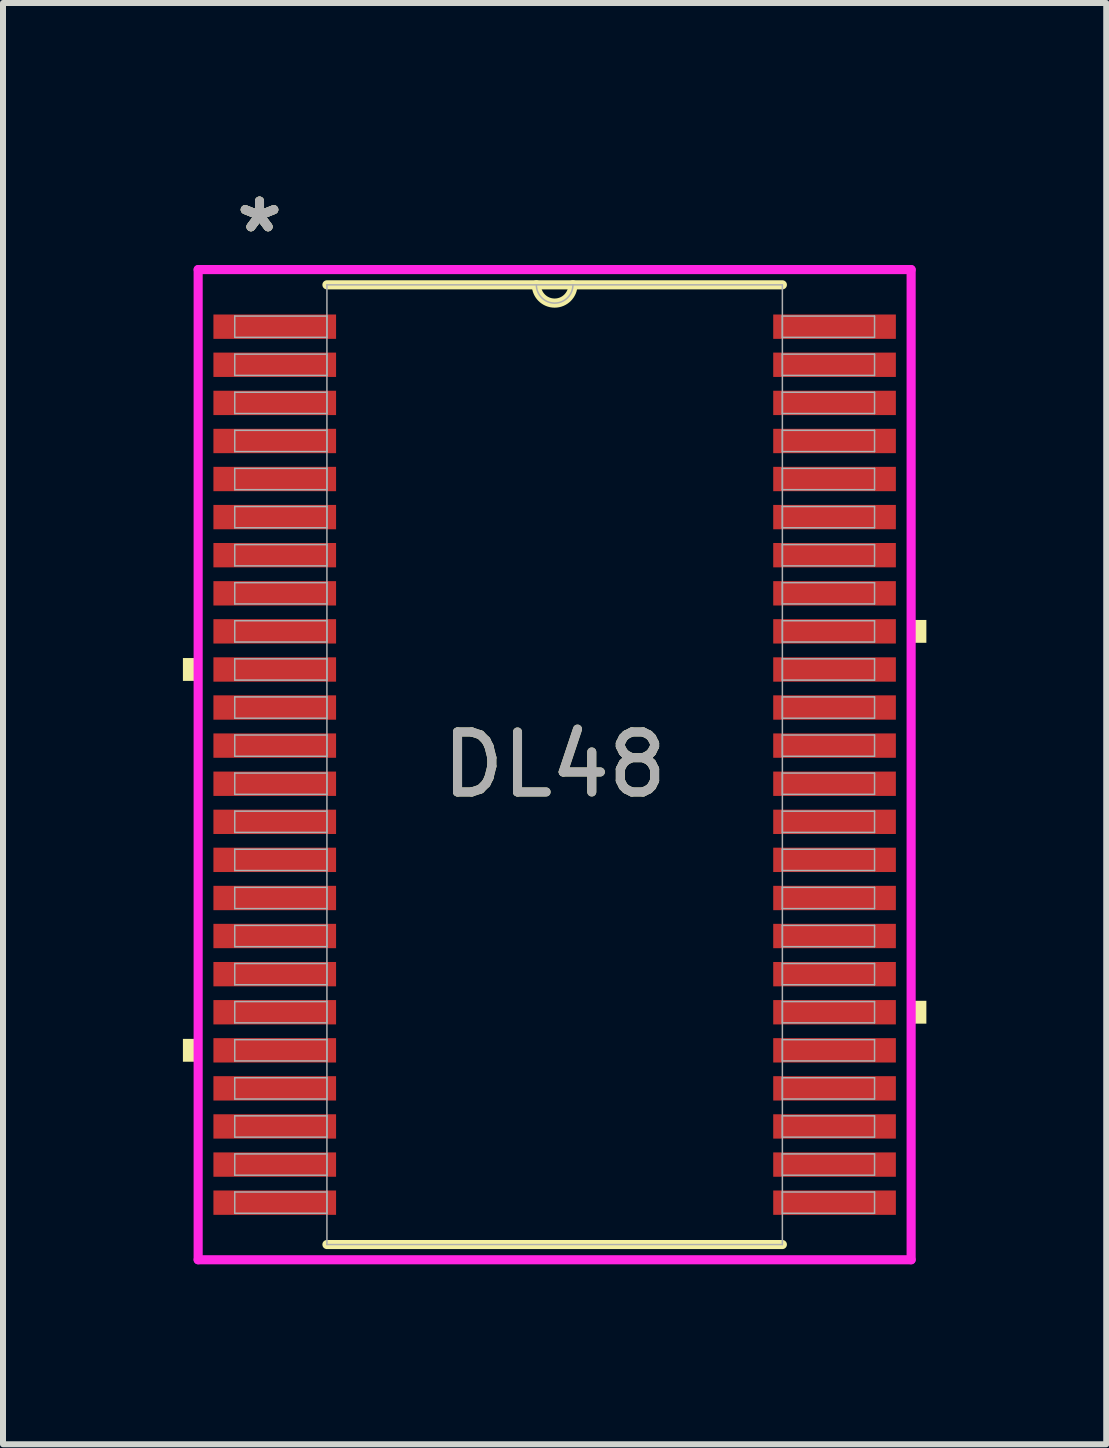
<source format=kicad_pcb>
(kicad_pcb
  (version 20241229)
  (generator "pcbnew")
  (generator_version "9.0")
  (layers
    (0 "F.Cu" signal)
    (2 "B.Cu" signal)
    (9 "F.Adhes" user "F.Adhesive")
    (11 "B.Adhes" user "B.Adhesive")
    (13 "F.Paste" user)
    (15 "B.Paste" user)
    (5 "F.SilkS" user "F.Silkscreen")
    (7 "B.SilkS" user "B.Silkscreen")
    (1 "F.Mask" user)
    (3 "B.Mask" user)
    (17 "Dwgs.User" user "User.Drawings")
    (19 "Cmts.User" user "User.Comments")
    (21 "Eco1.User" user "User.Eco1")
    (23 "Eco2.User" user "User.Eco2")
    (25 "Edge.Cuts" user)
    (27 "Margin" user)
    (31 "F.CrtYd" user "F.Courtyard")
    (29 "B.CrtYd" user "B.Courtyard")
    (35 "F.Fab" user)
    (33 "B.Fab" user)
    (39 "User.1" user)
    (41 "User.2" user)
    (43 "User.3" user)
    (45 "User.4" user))
  (footprint "DL48"
    (layer "F.Cu")
    (at 6.198 9.7)
    (property "Reference" "DL48" (at 0 0 0) (unlocked yes) (layer "F.SilkS") (effects (font (size 1 1) (thickness 0.15))))
    (attr smd)
    (fp_line (start -3.797 8.001) (end 3.797 8.001) (stroke (width 0.152) (type solid)) (layer "F.SilkS"))
    (fp_line (start 3.797 -8.001) (end -3.797 -8.001) (stroke (width 0.152) (type solid)) (layer "F.SilkS"))
    (fp_arc (start 0.3048 -8.001) (mid 0 -7.6962) (end -0.3048 -8.001) (stroke (width 0.1524) (type solid)) (layer "F.SilkS"))
    (fp_poly (pts (xy -6.198 -1.778) (xy -6.198 -1.397) (xy -5.944 -1.397) (xy -5.944 -1.778)) (stroke (width 0) (type solid)) (fill yes) (layer "F.SilkS"))
    (fp_poly (pts (xy -6.198 4.572) (xy -6.198 4.953) (xy -5.944 4.953) (xy -5.944 4.572)) (stroke (width 0) (type solid)) (fill yes) (layer "F.SilkS"))
    (fp_poly (pts (xy 6.198 -2.413) (xy 6.198 -2.032) (xy 5.944 -2.032) (xy 5.944 -2.413)) (stroke (width 0) (type solid)) (fill yes) (layer "F.SilkS"))
    (fp_poly (pts (xy 6.198 3.937) (xy 6.198 4.318) (xy 5.944 4.318) (xy 5.944 3.937)) (stroke (width 0) (type solid)) (fill yes) (layer "F.SilkS"))
    (fp_line (start -5.944 -8.255) (end 5.944 -8.255) (stroke (width 0.152) (type solid)) (layer "F.CrtYd"))
    (fp_line (start -5.944 8.255) (end -5.944 -8.255) (stroke (width 0.152) (type solid)) (layer "F.CrtYd"))
    (fp_line (start 5.944 -8.255) (end 5.944 8.255) (stroke (width 0.152) (type solid)) (layer "F.CrtYd"))
    (fp_line (start 5.944 8.255) (end -5.944 8.255) (stroke (width 0.152) (type solid)) (layer "F.CrtYd"))
    (fp_line (start -5.334 -7.48) (end -5.334 -7.125) (stroke (width 0.025) (type solid)) (layer "F.Fab"))
    (fp_line (start -5.334 -7.125) (end -3.797 -7.125) (stroke (width 0.025) (type solid)) (layer "F.Fab"))
    (fp_line (start -5.334 -6.845) (end -5.334 -6.49) (stroke (width 0.025) (type solid)) (layer "F.Fab"))
    (fp_line (start -5.334 -6.49) (end -3.797 -6.49) (stroke (width 0.025) (type solid)) (layer "F.Fab"))
    (fp_line (start -5.334 -6.21) (end -5.334 -5.855) (stroke (width 0.025) (type solid)) (layer "F.Fab"))
    (fp_line (start -5.334 -5.855) (end -3.797 -5.855) (stroke (width 0.025) (type solid)) (layer "F.Fab"))
    (fp_line (start -5.334 -5.575) (end -5.334 -5.22) (stroke (width 0.025) (type solid)) (layer "F.Fab"))
    (fp_line (start -5.334 -5.22) (end -3.797 -5.22) (stroke (width 0.025) (type solid)) (layer "F.Fab"))
    (fp_line (start -5.334 -4.94) (end -5.334 -4.585) (stroke (width 0.025) (type solid)) (layer "F.Fab"))
    (fp_line (start -5.334 -4.585) (end -3.797 -4.585) (stroke (width 0.025) (type solid)) (layer "F.Fab"))
    (fp_line (start -5.334 -4.305) (end -5.334 -3.95) (stroke (width 0.025) (type solid)) (layer "F.Fab"))
    (fp_line (start -5.334 -3.95) (end -3.797 -3.95) (stroke (width 0.025) (type solid)) (layer "F.Fab"))
    (fp_line (start -5.334 -3.67) (end -5.334 -3.315) (stroke (width 0.025) (type solid)) (layer "F.Fab"))
    (fp_line (start -5.334 -3.315) (end -3.797 -3.315) (stroke (width 0.025) (type solid)) (layer "F.Fab"))
    (fp_line (start -5.334 -3.035) (end -5.334 -2.68) (stroke (width 0.025) (type solid)) (layer "F.Fab"))
    (fp_line (start -5.334 -2.68) (end -3.797 -2.68) (stroke (width 0.025) (type solid)) (layer "F.Fab"))
    (fp_line (start -5.334 -2.4) (end -5.334 -2.045) (stroke (width 0.025) (type solid)) (layer "F.Fab"))
    (fp_line (start -5.334 -2.045) (end -3.797 -2.045) (stroke (width 0.025) (type solid)) (layer "F.Fab"))
    (fp_line (start -5.334 -1.765) (end -5.334 -1.41) (stroke (width 0.025) (type solid)) (layer "F.Fab"))
    (fp_line (start -5.334 -1.41) (end -3.797 -1.41) (stroke (width 0.025) (type solid)) (layer "F.Fab"))
    (fp_line (start -5.334 -1.13) (end -5.334 -0.775) (stroke (width 0.025) (type solid)) (layer "F.Fab"))
    (fp_line (start -5.334 -0.775) (end -3.797 -0.775) (stroke (width 0.025) (type solid)) (layer "F.Fab"))
    (fp_line (start -5.334 -0.495) (end -5.334 -0.14) (stroke (width 0.025) (type solid)) (layer "F.Fab"))
    (fp_line (start -5.334 -0.14) (end -3.797 -0.14) (stroke (width 0.025) (type solid)) (layer "F.Fab"))
    (fp_line (start -5.334 0.14) (end -5.334 0.495) (stroke (width 0.025) (type solid)) (layer "F.Fab"))
    (fp_line (start -5.334 0.495) (end -3.797 0.495) (stroke (width 0.025) (type solid)) (layer "F.Fab"))
    (fp_line (start -5.334 0.775) (end -5.334 1.13) (stroke (width 0.025) (type solid)) (layer "F.Fab"))
    (fp_line (start -5.334 1.13) (end -3.797 1.13) (stroke (width 0.025) (type solid)) (layer "F.Fab"))
    (fp_line (start -5.334 1.41) (end -5.334 1.765) (stroke (width 0.025) (type solid)) (layer "F.Fab"))
    (fp_line (start -5.334 1.765) (end -3.797 1.765) (stroke (width 0.025) (type solid)) (layer "F.Fab"))
    (fp_line (start -5.334 2.045) (end -5.334 2.4) (stroke (width 0.025) (type solid)) (layer "F.Fab"))
    (fp_line (start -5.334 2.4) (end -3.797 2.4) (stroke (width 0.025) (type solid)) (layer "F.Fab"))
    (fp_line (start -5.334 2.68) (end -5.334 3.035) (stroke (width 0.025) (type solid)) (layer "F.Fab"))
    (fp_line (start -5.334 3.035) (end -3.797 3.035) (stroke (width 0.025) (type solid)) (layer "F.Fab"))
    (fp_line (start -5.334 3.315) (end -5.334 3.67) (stroke (width 0.025) (type solid)) (layer "F.Fab"))
    (fp_line (start -5.334 3.67) (end -3.797 3.67) (stroke (width 0.025) (type solid)) (layer "F.Fab"))
    (fp_line (start -5.334 3.95) (end -5.334 4.305) (stroke (width 0.025) (type solid)) (layer "F.Fab"))
    (fp_line (start -5.334 4.305) (end -3.797 4.305) (stroke (width 0.025) (type solid)) (layer "F.Fab"))
    (fp_line (start -5.334 4.585) (end -5.334 4.94) (stroke (width 0.025) (type solid)) (layer "F.Fab"))
    (fp_line (start -5.334 4.94) (end -3.797 4.94) (stroke (width 0.025) (type solid)) (layer "F.Fab"))
    (fp_line (start -5.334 5.22) (end -5.334 5.575) (stroke (width 0.025) (type solid)) (layer "F.Fab"))
    (fp_line (start -5.334 5.575) (end -3.797 5.575) (stroke (width 0.025) (type solid)) (layer "F.Fab"))
    (fp_line (start -5.334 5.855) (end -5.334 6.21) (stroke (width 0.025) (type solid)) (layer "F.Fab"))
    (fp_line (start -5.334 6.21) (end -3.797 6.21) (stroke (width 0.025) (type solid)) (layer "F.Fab"))
    (fp_line (start -5.334 6.49) (end -5.334 6.845) (stroke (width 0.025) (type solid)) (layer "F.Fab"))
    (fp_line (start -5.334 6.845) (end -3.797 6.845) (stroke (width 0.025) (type solid)) (layer "F.Fab"))
    (fp_line (start -5.334 7.125) (end -5.334 7.48) (stroke (width 0.025) (type solid)) (layer "F.Fab"))
    (fp_line (start -5.334 7.48) (end -3.797 7.48) (stroke (width 0.025) (type solid)) (layer "F.Fab"))
    (fp_line (start -3.797 -8.001) (end -3.797 8.001) (stroke (width 0.025) (type solid)) (layer "F.Fab"))
    (fp_line (start -3.797 -7.48) (end -5.334 -7.48) (stroke (width 0.025) (type solid)) (layer "F.Fab"))
    (fp_line (start -3.797 -7.125) (end -3.797 -7.48) (stroke (width 0.025) (type solid)) (layer "F.Fab"))
    (fp_line (start -3.797 -6.845) (end -5.334 -6.845) (stroke (width 0.025) (type solid)) (layer "F.Fab"))
    (fp_line (start -3.797 -6.49) (end -3.797 -6.845) (stroke (width 0.025) (type solid)) (layer "F.Fab"))
    (fp_line (start -3.797 -6.21) (end -5.334 -6.21) (stroke (width 0.025) (type solid)) (layer "F.Fab"))
    (fp_line (start -3.797 -5.855) (end -3.797 -6.21) (stroke (width 0.025) (type solid)) (layer "F.Fab"))
    (fp_line (start -3.797 -5.575) (end -5.334 -5.575) (stroke (width 0.025) (type solid)) (layer "F.Fab"))
    (fp_line (start -3.797 -5.22) (end -3.797 -5.575) (stroke (width 0.025) (type solid)) (layer "F.Fab"))
    (fp_line (start -3.797 -4.94) (end -5.334 -4.94) (stroke (width 0.025) (type solid)) (layer "F.Fab"))
    (fp_line (start -3.797 -4.585) (end -3.797 -4.94) (stroke (width 0.025) (type solid)) (layer "F.Fab"))
    (fp_line (start -3.797 -4.305) (end -5.334 -4.305) (stroke (width 0.025) (type solid)) (layer "F.Fab"))
    (fp_line (start -3.797 -3.95) (end -3.797 -4.305) (stroke (width 0.025) (type solid)) (layer "F.Fab"))
    (fp_line (start -3.797 -3.67) (end -5.334 -3.67) (stroke (width 0.025) (type solid)) (layer "F.Fab"))
    (fp_line (start -3.797 -3.315) (end -3.797 -3.67) (stroke (width 0.025) (type solid)) (layer "F.Fab"))
    (fp_line (start -3.797 -3.035) (end -5.334 -3.035) (stroke (width 0.025) (type solid)) (layer "F.Fab"))
    (fp_line (start -3.797 -2.68) (end -3.797 -3.035) (stroke (width 0.025) (type solid)) (layer "F.Fab"))
    (fp_line (start -3.797 -2.4) (end -5.334 -2.4) (stroke (width 0.025) (type solid)) (layer "F.Fab"))
    (fp_line (start -3.797 -2.045) (end -3.797 -2.4) (stroke (width 0.025) (type solid)) (layer "F.Fab"))
    (fp_line (start -3.797 -1.765) (end -5.334 -1.765) (stroke (width 0.025) (type solid)) (layer "F.Fab"))
    (fp_line (start -3.797 -1.41) (end -3.797 -1.765) (stroke (width 0.025) (type solid)) (layer "F.Fab"))
    (fp_line (start -3.797 -1.13) (end -5.334 -1.13) (stroke (width 0.025) (type solid)) (layer "F.Fab"))
    (fp_line (start -3.797 -0.775) (end -3.797 -1.13) (stroke (width 0.025) (type solid)) (layer "F.Fab"))
    (fp_line (start -3.797 -0.495) (end -5.334 -0.495) (stroke (width 0.025) (type solid)) (layer "F.Fab"))
    (fp_line (start -3.797 -0.14) (end -3.797 -0.495) (stroke (width 0.025) (type solid)) (layer "F.Fab"))
    (fp_line (start -3.797 0.14) (end -5.334 0.14) (stroke (width 0.025) (type solid)) (layer "F.Fab"))
    (fp_line (start -3.797 0.495) (end -3.797 0.14) (stroke (width 0.025) (type solid)) (layer "F.Fab"))
    (fp_line (start -3.797 0.775) (end -5.334 0.775) (stroke (width 0.025) (type solid)) (layer "F.Fab"))
    (fp_line (start -3.797 1.13) (end -3.797 0.775) (stroke (width 0.025) (type solid)) (layer "F.Fab"))
    (fp_line (start -3.797 1.41) (end -5.334 1.41) (stroke (width 0.025) (type solid)) (layer "F.Fab"))
    (fp_line (start -3.797 1.765) (end -3.797 1.41) (stroke (width 0.025) (type solid)) (layer "F.Fab"))
    (fp_line (start -3.797 2.045) (end -5.334 2.045) (stroke (width 0.025) (type solid)) (layer "F.Fab"))
    (fp_line (start -3.797 2.4) (end -3.797 2.045) (stroke (width 0.025) (type solid)) (layer "F.Fab"))
    (fp_line (start -3.797 2.68) (end -5.334 2.68) (stroke (width 0.025) (type solid)) (layer "F.Fab"))
    (fp_line (start -3.797 3.035) (end -3.797 2.68) (stroke (width 0.025) (type solid)) (layer "F.Fab"))
    (fp_line (start -3.797 3.315) (end -5.334 3.315) (stroke (width 0.025) (type solid)) (layer "F.Fab"))
    (fp_line (start -3.797 3.67) (end -3.797 3.315) (stroke (width 0.025) (type solid)) (layer "F.Fab"))
    (fp_line (start -3.797 3.95) (end -5.334 3.95) (stroke (width 0.025) (type solid)) (layer "F.Fab"))
    (fp_line (start -3.797 4.305) (end -3.797 3.95) (stroke (width 0.025) (type solid)) (layer "F.Fab"))
    (fp_line (start -3.797 4.585) (end -5.334 4.585) (stroke (width 0.025) (type solid)) (layer "F.Fab"))
    (fp_line (start -3.797 4.94) (end -3.797 4.585) (stroke (width 0.025) (type solid)) (layer "F.Fab"))
    (fp_line (start -3.797 5.22) (end -5.334 5.22) (stroke (width 0.025) (type solid)) (layer "F.Fab"))
    (fp_line (start -3.797 5.575) (end -3.797 5.22) (stroke (width 0.025) (type solid)) (layer "F.Fab"))
    (fp_line (start -3.797 5.855) (end -5.334 5.855) (stroke (width 0.025) (type solid)) (layer "F.Fab"))
    (fp_line (start -3.797 6.21) (end -3.797 5.855) (stroke (width 0.025) (type solid)) (layer "F.Fab"))
    (fp_line (start -3.797 6.49) (end -5.334 6.49) (stroke (width 0.025) (type solid)) (layer "F.Fab"))
    (fp_line (start -3.797 6.845) (end -3.797 6.49) (stroke (width 0.025) (type solid)) (layer "F.Fab"))
    (fp_line (start -3.797 7.125) (end -5.334 7.125) (stroke (width 0.025) (type solid)) (layer "F.Fab"))
    (fp_line (start -3.797 7.48) (end -3.797 7.125) (stroke (width 0.025) (type solid)) (layer "F.Fab"))
    (fp_line (start -3.797 8.001) (end 3.797 8.001) (stroke (width 0.025) (type solid)) (layer "F.Fab"))
    (fp_line (start 3.797 -8.001) (end -3.797 -8.001) (stroke (width 0.025) (type solid)) (layer "F.Fab"))
    (fp_line (start 3.797 -7.48) (end 3.797 -7.125) (stroke (width 0.025) (type solid)) (layer "F.Fab"))
    (fp_line (start 3.797 -7.125) (end 5.334 -7.125) (stroke (width 0.025) (type solid)) (layer "F.Fab"))
    (fp_line (start 3.797 -6.845) (end 3.797 -6.49) (stroke (width 0.025) (type solid)) (layer "F.Fab"))
    (fp_line (start 3.797 -6.49) (end 5.334 -6.49) (stroke (width 0.025) (type solid)) (layer "F.Fab"))
    (fp_line (start 3.797 -6.21) (end 3.797 -5.855) (stroke (width 0.025) (type solid)) (layer "F.Fab"))
    (fp_line (start 3.797 -5.855) (end 5.334 -5.855) (stroke (width 0.025) (type solid)) (layer "F.Fab"))
    (fp_line (start 3.797 -5.575) (end 3.797 -5.22) (stroke (width 0.025) (type solid)) (layer "F.Fab"))
    (fp_line (start 3.797 -5.22) (end 5.334 -5.22) (stroke (width 0.025) (type solid)) (layer "F.Fab"))
    (fp_line (start 3.797 -4.94) (end 3.797 -4.585) (stroke (width 0.025) (type solid)) (layer "F.Fab"))
    (fp_line (start 3.797 -4.585) (end 5.334 -4.585) (stroke (width 0.025) (type solid)) (layer "F.Fab"))
    (fp_line (start 3.797 -4.305) (end 3.797 -3.95) (stroke (width 0.025) (type solid)) (layer "F.Fab"))
    (fp_line (start 3.797 -3.95) (end 5.334 -3.95) (stroke (width 0.025) (type solid)) (layer "F.Fab"))
    (fp_line (start 3.797 -3.67) (end 3.797 -3.315) (stroke (width 0.025) (type solid)) (layer "F.Fab"))
    (fp_line (start 3.797 -3.315) (end 5.334 -3.315) (stroke (width 0.025) (type solid)) (layer "F.Fab"))
    (fp_line (start 3.797 -3.035) (end 3.797 -2.68) (stroke (width 0.025) (type solid)) (layer "F.Fab"))
    (fp_line (start 3.797 -2.68) (end 5.334 -2.68) (stroke (width 0.025) (type solid)) (layer "F.Fab"))
    (fp_line (start 3.797 -2.4) (end 3.797 -2.045) (stroke (width 0.025) (type solid)) (layer "F.Fab"))
    (fp_line (start 3.797 -2.045) (end 5.334 -2.045) (stroke (width 0.025) (type solid)) (layer "F.Fab"))
    (fp_line (start 3.797 -1.765) (end 3.797 -1.41) (stroke (width 0.025) (type solid)) (layer "F.Fab"))
    (fp_line (start 3.797 -1.41) (end 5.334 -1.41) (stroke (width 0.025) (type solid)) (layer "F.Fab"))
    (fp_line (start 3.797 -1.13) (end 3.797 -0.775) (stroke (width 0.025) (type solid)) (layer "F.Fab"))
    (fp_line (start 3.797 -0.775) (end 5.334 -0.775) (stroke (width 0.025) (type solid)) (layer "F.Fab"))
    (fp_line (start 3.797 -0.495) (end 3.797 -0.14) (stroke (width 0.025) (type solid)) (layer "F.Fab"))
    (fp_line (start 3.797 -0.14) (end 5.334 -0.14) (stroke (width 0.025) (type solid)) (layer "F.Fab"))
    (fp_line (start 3.797 0.14) (end 3.797 0.495) (stroke (width 0.025) (type solid)) (layer "F.Fab"))
    (fp_line (start 3.797 0.495) (end 5.334 0.495) (stroke (width 0.025) (type solid)) (layer "F.Fab"))
    (fp_line (start 3.797 0.775) (end 3.797 1.13) (stroke (width 0.025) (type solid)) (layer "F.Fab"))
    (fp_line (start 3.797 1.13) (end 5.334 1.13) (stroke (width 0.025) (type solid)) (layer "F.Fab"))
    (fp_line (start 3.797 1.41) (end 3.797 1.765) (stroke (width 0.025) (type solid)) (layer "F.Fab"))
    (fp_line (start 3.797 1.765) (end 5.334 1.765) (stroke (width 0.025) (type solid)) (layer "F.Fab"))
    (fp_line (start 3.797 2.045) (end 3.797 2.4) (stroke (width 0.025) (type solid)) (layer "F.Fab"))
    (fp_line (start 3.797 2.4) (end 5.334 2.4) (stroke (width 0.025) (type solid)) (layer "F.Fab"))
    (fp_line (start 3.797 2.68) (end 3.797 3.035) (stroke (width 0.025) (type solid)) (layer "F.Fab"))
    (fp_line (start 3.797 3.035) (end 5.334 3.035) (stroke (width 0.025) (type solid)) (layer "F.Fab"))
    (fp_line (start 3.797 3.315) (end 3.797 3.67) (stroke (width 0.025) (type solid)) (layer "F.Fab"))
    (fp_line (start 3.797 3.67) (end 5.334 3.67) (stroke (width 0.025) (type solid)) (layer "F.Fab"))
    (fp_line (start 3.797 3.95) (end 3.797 4.305) (stroke (width 0.025) (type solid)) (layer "F.Fab"))
    (fp_line (start 3.797 4.305) (end 5.334 4.305) (stroke (width 0.025) (type solid)) (layer "F.Fab"))
    (fp_line (start 3.797 4.585) (end 3.797 4.94) (stroke (width 0.025) (type solid)) (layer "F.Fab"))
    (fp_line (start 3.797 4.94) (end 5.334 4.94) (stroke (width 0.025) (type solid)) (layer "F.Fab"))
    (fp_line (start 3.797 5.22) (end 3.797 5.575) (stroke (width 0.025) (type solid)) (layer "F.Fab"))
    (fp_line (start 3.797 5.575) (end 5.334 5.575) (stroke (width 0.025) (type solid)) (layer "F.Fab"))
    (fp_line (start 3.797 5.855) (end 3.797 6.21) (stroke (width 0.025) (type solid)) (layer "F.Fab"))
    (fp_line (start 3.797 6.21) (end 5.334 6.21) (stroke (width 0.025) (type solid)) (layer "F.Fab"))
    (fp_line (start 3.797 6.49) (end 3.797 6.845) (stroke (width 0.025) (type solid)) (layer "F.Fab"))
    (fp_line (start 3.797 6.845) (end 5.334 6.845) (stroke (width 0.025) (type solid)) (layer "F.Fab"))
    (fp_line (start 3.797 7.125) (end 3.797 7.48) (stroke (width 0.025) (type solid)) (layer "F.Fab"))
    (fp_line (start 3.797 7.48) (end 5.334 7.48) (stroke (width 0.025) (type solid)) (layer "F.Fab"))
    (fp_line (start 3.797 8.001) (end 3.797 -8.001) (stroke (width 0.025) (type solid)) (layer "F.Fab"))
    (fp_line (start 5.334 -7.48) (end 3.797 -7.48) (stroke (width 0.025) (type solid)) (layer "F.Fab"))
    (fp_line (start 5.334 -7.125) (end 5.334 -7.48) (stroke (width 0.025) (type solid)) (layer "F.Fab"))
    (fp_line (start 5.334 -6.845) (end 3.797 -6.845) (stroke (width 0.025) (type solid)) (layer "F.Fab"))
    (fp_line (start 5.334 -6.49) (end 5.334 -6.845) (stroke (width 0.025) (type solid)) (layer "F.Fab"))
    (fp_line (start 5.334 -6.21) (end 3.797 -6.21) (stroke (width 0.025) (type solid)) (layer "F.Fab"))
    (fp_line (start 5.334 -5.855) (end 5.334 -6.21) (stroke (width 0.025) (type solid)) (layer "F.Fab"))
    (fp_line (start 5.334 -5.575) (end 3.797 -5.575) (stroke (width 0.025) (type solid)) (layer "F.Fab"))
    (fp_line (start 5.334 -5.22) (end 5.334 -5.575) (stroke (width 0.025) (type solid)) (layer "F.Fab"))
    (fp_line (start 5.334 -4.94) (end 3.797 -4.94) (stroke (width 0.025) (type solid)) (layer "F.Fab"))
    (fp_line (start 5.334 -4.585) (end 5.334 -4.94) (stroke (width 0.025) (type solid)) (layer "F.Fab"))
    (fp_line (start 5.334 -4.305) (end 3.797 -4.305) (stroke (width 0.025) (type solid)) (layer "F.Fab"))
    (fp_line (start 5.334 -3.95) (end 5.334 -4.305) (stroke (width 0.025) (type solid)) (layer "F.Fab"))
    (fp_line (start 5.334 -3.67) (end 3.797 -3.67) (stroke (width 0.025) (type solid)) (layer "F.Fab"))
    (fp_line (start 5.334 -3.315) (end 5.334 -3.67) (stroke (width 0.025) (type solid)) (layer "F.Fab"))
    (fp_line (start 5.334 -3.035) (end 3.797 -3.035) (stroke (width 0.025) (type solid)) (layer "F.Fab"))
    (fp_line (start 5.334 -2.68) (end 5.334 -3.035) (stroke (width 0.025) (type solid)) (layer "F.Fab"))
    (fp_line (start 5.334 -2.4) (end 3.797 -2.4) (stroke (width 0.025) (type solid)) (layer "F.Fab"))
    (fp_line (start 5.334 -2.045) (end 5.334 -2.4) (stroke (width 0.025) (type solid)) (layer "F.Fab"))
    (fp_line (start 5.334 -1.765) (end 3.797 -1.765) (stroke (width 0.025) (type solid)) (layer "F.Fab"))
    (fp_line (start 5.334 -1.41) (end 5.334 -1.765) (stroke (width 0.025) (type solid)) (layer "F.Fab"))
    (fp_line (start 5.334 -1.13) (end 3.797 -1.13) (stroke (width 0.025) (type solid)) (layer "F.Fab"))
    (fp_line (start 5.334 -0.775) (end 5.334 -1.13) (stroke (width 0.025) (type solid)) (layer "F.Fab"))
    (fp_line (start 5.334 -0.495) (end 3.797 -0.495) (stroke (width 0.025) (type solid)) (layer "F.Fab"))
    (fp_line (start 5.334 -0.14) (end 5.334 -0.495) (stroke (width 0.025) (type solid)) (layer "F.Fab"))
    (fp_line (start 5.334 0.14) (end 3.797 0.14) (stroke (width 0.025) (type solid)) (layer "F.Fab"))
    (fp_line (start 5.334 0.495) (end 5.334 0.14) (stroke (width 0.025) (type solid)) (layer "F.Fab"))
    (fp_line (start 5.334 0.775) (end 3.797 0.775) (stroke (width 0.025) (type solid)) (layer "F.Fab"))
    (fp_line (start 5.334 1.13) (end 5.334 0.775) (stroke (width 0.025) (type solid)) (layer "F.Fab"))
    (fp_line (start 5.334 1.41) (end 3.797 1.41) (stroke (width 0.025) (type solid)) (layer "F.Fab"))
    (fp_line (start 5.334 1.765) (end 5.334 1.41) (stroke (width 0.025) (type solid)) (layer "F.Fab"))
    (fp_line (start 5.334 2.045) (end 3.797 2.045) (stroke (width 0.025) (type solid)) (layer "F.Fab"))
    (fp_line (start 5.334 2.4) (end 5.334 2.045) (stroke (width 0.025) (type solid)) (layer "F.Fab"))
    (fp_line (start 5.334 2.68) (end 3.797 2.68) (stroke (width 0.025) (type solid)) (layer "F.Fab"))
    (fp_line (start 5.334 3.035) (end 5.334 2.68) (stroke (width 0.025) (type solid)) (layer "F.Fab"))
    (fp_line (start 5.334 3.315) (end 3.797 3.315) (stroke (width 0.025) (type solid)) (layer "F.Fab"))
    (fp_line (start 5.334 3.67) (end 5.334 3.315) (stroke (width 0.025) (type solid)) (layer "F.Fab"))
    (fp_line (start 5.334 3.95) (end 3.797 3.95) (stroke (width 0.025) (type solid)) (layer "F.Fab"))
    (fp_line (start 5.334 4.305) (end 5.334 3.95) (stroke (width 0.025) (type solid)) (layer "F.Fab"))
    (fp_line (start 5.334 4.585) (end 3.797 4.585) (stroke (width 0.025) (type solid)) (layer "F.Fab"))
    (fp_line (start 5.334 4.94) (end 5.334 4.585) (stroke (width 0.025) (type solid)) (layer "F.Fab"))
    (fp_line (start 5.334 5.22) (end 3.797 5.22) (stroke (width 0.025) (type solid)) (layer "F.Fab"))
    (fp_line (start 5.334 5.575) (end 5.334 5.22) (stroke (width 0.025) (type solid)) (layer "F.Fab"))
    (fp_line (start 5.334 5.855) (end 3.797 5.855) (stroke (width 0.025) (type solid)) (layer "F.Fab"))
    (fp_line (start 5.334 6.21) (end 5.334 5.855) (stroke (width 0.025) (type solid)) (layer "F.Fab"))
    (fp_line (start 5.334 6.49) (end 3.797 6.49) (stroke (width 0.025) (type solid)) (layer "F.Fab"))
    (fp_line (start 5.334 6.845) (end 5.334 6.49) (stroke (width 0.025) (type solid)) (layer "F.Fab"))
    (fp_line (start 5.334 7.125) (end 3.797 7.125) (stroke (width 0.025) (type solid)) (layer "F.Fab"))
    (fp_line (start 5.334 7.48) (end 5.334 7.125) (stroke (width 0.025) (type solid)) (layer "F.Fab"))
    (fp_arc (start 0.3048 -8.001) (mid 0 -7.6962) (end -0.3048 -8.001) (stroke (width 0.0254) (type solid)) (layer "F.Fab"))
    (fp_text user "*" (at -4.921 -8.852 0) (unlocked yes) (layer "F.SilkS") (effects (font (size 1 1) (thickness 0.15))))
    (fp_text user "*" (at -4.921 -8.852 0) (layer "F.SilkS") (effects (font (size 1 1) (thickness 0.15))))
    (fp_text user "${REFERENCE}" (at 0 0 0) (unlocked yes) (layer "F.Fab") (effects (font (size 1 1) (thickness 0.15))))
    (fp_text user "*" (at -4.921 -8.852 0) (unlocked yes) (layer "F.Fab") (effects (font (size 1 1) (thickness 0.15))))
    (fp_text user "*" (at -4.921 -8.852 0) (layer "F.Fab") (effects (font (size 1 1) (thickness 0.15))))
    (pad "1" smd rect (at -4.667 -7.303) (size 2.045 0.406) (layers "F.Cu" "F.Mask" "F.Paste"))
    (pad "2" smd rect (at -4.667 -6.668) (size 2.045 0.406) (layers "F.Cu" "F.Mask" "F.Paste"))
    (pad "3" smd rect (at -4.667 -6.032) (size 2.045 0.406) (layers "F.Cu" "F.Mask" "F.Paste"))
    (pad "4" smd rect (at -4.667 -5.397) (size 2.045 0.406) (layers "F.Cu" "F.Mask" "F.Paste"))
    (pad "5" smd rect (at -4.667 -4.763) (size 2.045 0.406) (layers "F.Cu" "F.Mask" "F.Paste"))
    (pad "6" smd rect (at -4.667 -4.128) (size 2.045 0.406) (layers "F.Cu" "F.Mask" "F.Paste"))
    (pad "7" smd rect (at -4.667 -3.493) (size 2.045 0.406) (layers "F.Cu" "F.Mask" "F.Paste"))
    (pad "8" smd rect (at -4.667 -2.857) (size 2.045 0.406) (layers "F.Cu" "F.Mask" "F.Paste"))
    (pad "9" smd rect (at -4.667 -2.223) (size 2.045 0.406) (layers "F.Cu" "F.Mask" "F.Paste"))
    (pad "10" smd rect (at -4.667 -1.587) (size 2.045 0.406) (layers "F.Cu" "F.Mask" "F.Paste"))
    (pad "11" smd rect (at -4.667 -0.953) (size 2.045 0.406) (layers "F.Cu" "F.Mask" "F.Paste"))
    (pad "12" smd rect (at -4.667 -0.318) (size 2.045 0.406) (layers "F.Cu" "F.Mask" "F.Paste"))
    (pad "13" smd rect (at -4.667 0.318) (size 2.045 0.406) (layers "F.Cu" "F.Mask" "F.Paste"))
    (pad "14" smd rect (at -4.667 0.953) (size 2.045 0.406) (layers "F.Cu" "F.Mask" "F.Paste"))
    (pad "15" smd rect (at -4.667 1.587) (size 2.045 0.406) (layers "F.Cu" "F.Mask" "F.Paste"))
    (pad "16" smd rect (at -4.667 2.223) (size 2.045 0.406) (layers "F.Cu" "F.Mask" "F.Paste"))
    (pad "17" smd rect (at -4.667 2.857) (size 2.045 0.406) (layers "F.Cu" "F.Mask" "F.Paste"))
    (pad "18" smd rect (at -4.667 3.493) (size 2.045 0.406) (layers "F.Cu" "F.Mask" "F.Paste"))
    (pad "19" smd rect (at -4.667 4.128) (size 2.045 0.406) (layers "F.Cu" "F.Mask" "F.Paste"))
    (pad "20" smd rect (at -4.667 4.763) (size 2.045 0.406) (layers "F.Cu" "F.Mask" "F.Paste"))
    (pad "21" smd rect (at -4.667 5.397) (size 2.045 0.406) (layers "F.Cu" "F.Mask" "F.Paste"))
    (pad "22" smd rect (at -4.667 6.032) (size 2.045 0.406) (layers "F.Cu" "F.Mask" "F.Paste"))
    (pad "23" smd rect (at -4.667 6.668) (size 2.045 0.406) (layers "F.Cu" "F.Mask" "F.Paste"))
    (pad "24" smd rect (at -4.667 7.303) (size 2.045 0.406) (layers "F.Cu" "F.Mask" "F.Paste"))
    (pad "25" smd rect (at 4.667 7.303) (size 2.045 0.406) (layers "F.Cu" "F.Mask" "F.Paste"))
    (pad "26" smd rect (at 4.667 6.668) (size 2.045 0.406) (layers "F.Cu" "F.Mask" "F.Paste"))
    (pad "27" smd rect (at 4.667 6.032) (size 2.045 0.406) (layers "F.Cu" "F.Mask" "F.Paste"))
    (pad "28" smd rect (at 4.667 5.397) (size 2.045 0.406) (layers "F.Cu" "F.Mask" "F.Paste"))
    (pad "29" smd rect (at 4.667 4.763) (size 2.045 0.406) (layers "F.Cu" "F.Mask" "F.Paste"))
    (pad "30" smd rect (at 4.667 4.128) (size 2.045 0.406) (layers "F.Cu" "F.Mask" "F.Paste"))
    (pad "31" smd rect (at 4.667 3.493) (size 2.045 0.406) (layers "F.Cu" "F.Mask" "F.Paste"))
    (pad "32" smd rect (at 4.667 2.857) (size 2.045 0.406) (layers "F.Cu" "F.Mask" "F.Paste"))
    (pad "33" smd rect (at 4.667 2.223) (size 2.045 0.406) (layers "F.Cu" "F.Mask" "F.Paste"))
    (pad "34" smd rect (at 4.667 1.587) (size 2.045 0.406) (layers "F.Cu" "F.Mask" "F.Paste"))
    (pad "35" smd rect (at 4.667 0.953) (size 2.045 0.406) (layers "F.Cu" "F.Mask" "F.Paste"))
    (pad "36" smd rect (at 4.667 0.318) (size 2.045 0.406) (layers "F.Cu" "F.Mask" "F.Paste"))
    (pad "37" smd rect (at 4.667 -0.318) (size 2.045 0.406) (layers "F.Cu" "F.Mask" "F.Paste"))
    (pad "38" smd rect (at 4.667 -0.953) (size 2.045 0.406) (layers "F.Cu" "F.Mask" "F.Paste"))
    (pad "39" smd rect (at 4.667 -1.587) (size 2.045 0.406) (layers "F.Cu" "F.Mask" "F.Paste"))
    (pad "40" smd rect (at 4.667 -2.223) (size 2.045 0.406) (layers "F.Cu" "F.Mask" "F.Paste"))
    (pad "41" smd rect (at 4.667 -2.857) (size 2.045 0.406) (layers "F.Cu" "F.Mask" "F.Paste"))
    (pad "42" smd rect (at 4.667 -3.493) (size 2.045 0.406) (layers "F.Cu" "F.Mask" "F.Paste"))
    (pad "43" smd rect (at 4.667 -4.128) (size 2.045 0.406) (layers "F.Cu" "F.Mask" "F.Paste"))
    (pad "44" smd rect (at 4.667 -4.763) (size 2.045 0.406) (layers "F.Cu" "F.Mask" "F.Paste"))
    (pad "45" smd rect (at 4.667 -5.397) (size 2.045 0.406) (layers "F.Cu" "F.Mask" "F.Paste"))
    (pad "46" smd rect (at 4.667 -6.032) (size 2.045 0.406) (layers "F.Cu" "F.Mask" "F.Paste"))
    (pad "47" smd rect (at 4.667 -6.668) (size 2.045 0.406) (layers "F.Cu" "F.Mask" "F.Paste"))
    (pad "48" smd rect (at 4.667 -7.303) (size 2.045 0.406) (layers "F.Cu" "F.Mask" "F.Paste")))
  (gr_rect
    (start -3 -3)
    (end 15.395 21.031)
    (stroke (width 0.1) (type default))
    (fill no)
    (layer "Edge.Cuts")))
</source>
